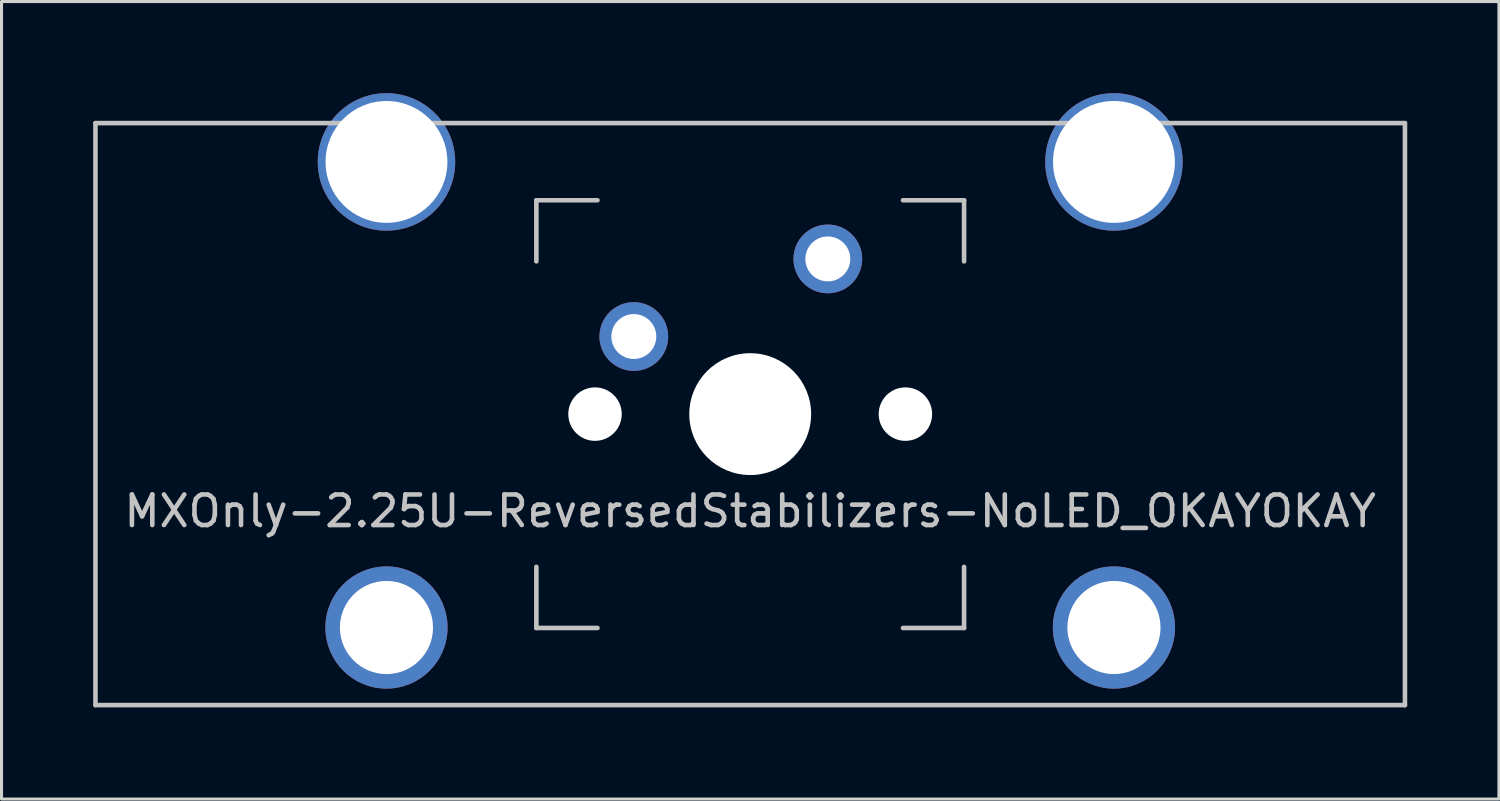
<source format=kicad_pcb>
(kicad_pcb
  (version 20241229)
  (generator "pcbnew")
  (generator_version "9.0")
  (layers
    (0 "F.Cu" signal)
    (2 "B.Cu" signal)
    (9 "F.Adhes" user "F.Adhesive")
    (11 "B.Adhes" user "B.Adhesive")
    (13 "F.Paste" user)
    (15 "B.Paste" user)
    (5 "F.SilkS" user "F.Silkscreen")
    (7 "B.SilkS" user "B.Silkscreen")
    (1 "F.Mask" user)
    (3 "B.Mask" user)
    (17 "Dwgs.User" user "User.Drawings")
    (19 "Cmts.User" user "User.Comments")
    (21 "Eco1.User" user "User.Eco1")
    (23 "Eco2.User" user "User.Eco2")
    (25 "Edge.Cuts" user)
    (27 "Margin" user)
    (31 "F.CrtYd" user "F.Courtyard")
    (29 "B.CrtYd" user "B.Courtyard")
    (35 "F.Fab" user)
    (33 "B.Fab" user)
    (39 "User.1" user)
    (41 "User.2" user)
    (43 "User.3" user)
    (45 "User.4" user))
  (footprint "MXOnly-2.25U-ReversedStabilizers-NoLED_OKAYOKAY"
    (layer "F.Cu")
    (at 21.506 10.505)
    (property "Reference" "MXOnly-2.25U-ReversedStabilizers-NoLED_OKAYOKAY" (at 0 3.175 0) (layer "Dwgs.User") (effects (font (size 1 1) (thickness 0.15))))
    (attr through_hole)
    (fp_line (start -21.431 -9.525) (end 21.431 -9.525) (stroke (width 0.15) (type solid)) (layer "Dwgs.User"))
    (fp_line (start -21.431 9.525) (end -21.431 -9.525) (stroke (width 0.15) (type solid)) (layer "Dwgs.User"))
    (fp_line (start -21.431 9.525) (end 21.431 9.525) (stroke (width 0.15) (type solid)) (layer "Dwgs.User"))
    (fp_line (start -7 -7) (end -7 -5) (stroke (width 0.15) (type solid)) (layer "Dwgs.User"))
    (fp_line (start -7 5) (end -7 7) (stroke (width 0.15) (type solid)) (layer "Dwgs.User"))
    (fp_line (start -7 7) (end -5 7) (stroke (width 0.15) (type solid)) (layer "Dwgs.User"))
    (fp_line (start -5 -7) (end -7 -7) (stroke (width 0.15) (type solid)) (layer "Dwgs.User"))
    (fp_line (start 5 -7) (end 7 -7) (stroke (width 0.15) (type solid)) (layer "Dwgs.User"))
    (fp_line (start 5 7) (end 7 7) (stroke (width 0.15) (type solid)) (layer "Dwgs.User"))
    (fp_line (start 7 -7) (end 7 -5) (stroke (width 0.15) (type solid)) (layer "Dwgs.User"))
    (fp_line (start 7 7) (end 7 5) (stroke (width 0.15) (type solid)) (layer "Dwgs.User"))
    (fp_line (start 21.431 -9.525) (end 21.431 9.525) (stroke (width 0.15) (type solid)) (layer "Dwgs.User"))
    (pad "" thru_hole circle (at -11.906 -8.255) (size 4.5 4.5) (drill 3.988) (layers "*.Cu" "*.Mask"))
    (pad "" thru_hole circle (at -11.906 6.985) (size 4 4) (drill 3.048) (layers "*.Cu" "*.Mask"))
    (pad "" np_thru_hole circle (at -5.08 0 48.1) (size 1.75 1.75) (drill 1.75) (layers "*.Cu" "*.Mask"))
    (pad "" np_thru_hole circle (at 0 0) (size 3.988 3.988) (drill 3.988) (layers "*.Cu" "*.Mask"))
    (pad "" np_thru_hole circle (at 5.08 0 48.1) (size 1.75 1.75) (drill 1.75) (layers "*.Cu" "*.Mask"))
    (pad "" thru_hole circle (at 11.906 -8.255) (size 4.5 4.5) (drill 3.988) (layers "*.Cu" "*.Mask"))
    (pad "" thru_hole circle (at 11.906 6.985) (size 4 4) (drill 3.048) (layers "*.Cu" "*.Mask"))
    (pad "1" thru_hole circle (at -3.81 -2.54) (size 2.25 2.25) (drill 1.47) (layers "*.Cu" "B.Mask"))
    (pad "2" thru_hole circle (at 2.54 -5.08) (size 2.25 2.25) (drill 1.47) (layers "*.Cu" "B.Mask")))
  (gr_rect
    (start -3 -3)
    (end 46.013 23.105)
    (stroke (width 0.1) (type default))
    (fill no)
    (layer "Edge.Cuts")))
</source>
